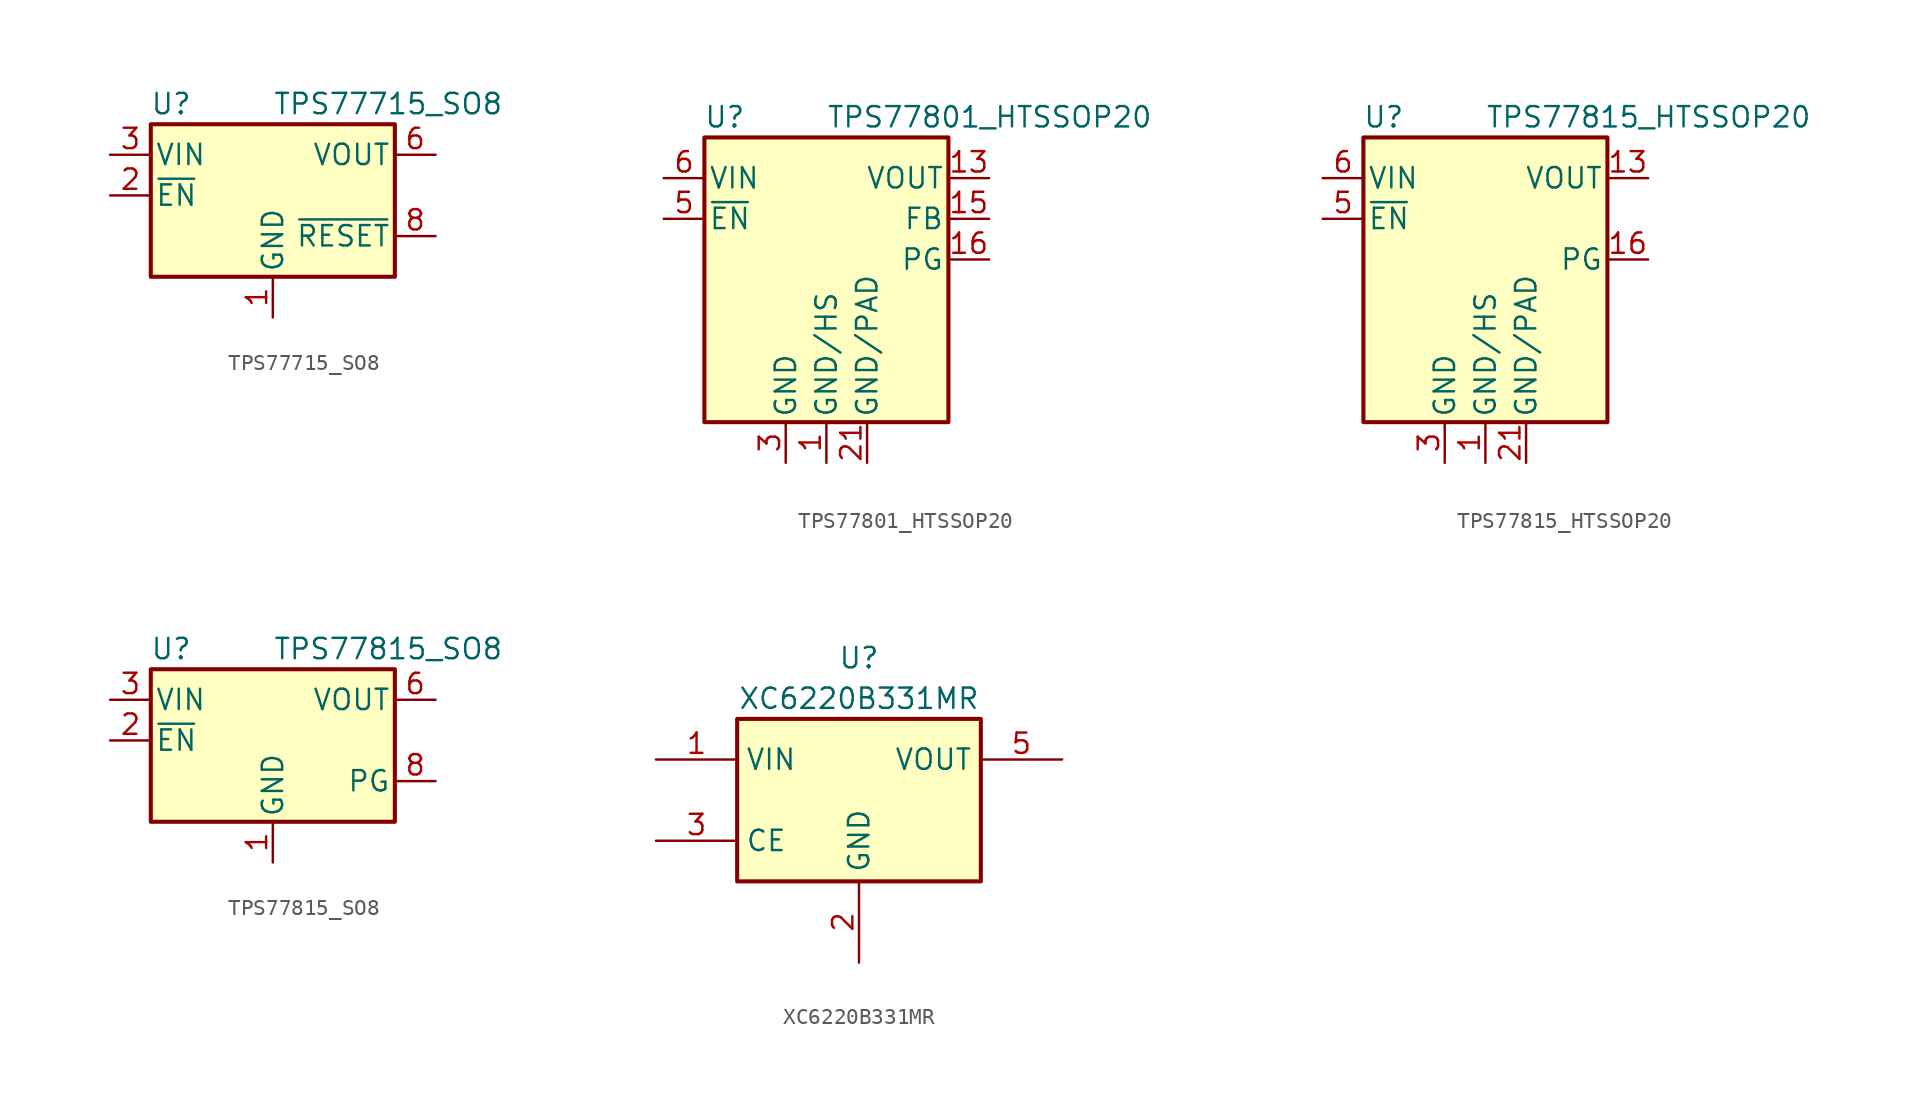
<source format=kicad_sym>
(kicad_symbol_lib
  (version 20211014)
  (generator kicad_symbol_editor)
  (symbol "TPS77715_SO8"
    (pin_names
      (offset 0.254))
    (property "Reference" "U"
      (at -6.35 5.715 0)
      (effects (font (size 1.27 1.27))))
    (property "Value" "TPS77715_SO8"
      (at 0 5.715 0)
      (effects (font (size 1.27 1.27)) (justify left)))
    (symbol "TPS77715_SO8_0_1"
      (rectangle (start -7.62 4.445) (end 7.62 -5.08) (stroke (width 0.254) (type default) (color 0 0 0 0)) (fill (type background))))
    (symbol "TPS77715_SO8_1_1"
      (pin power_in line (at 0 -7.62 90) (length 2.54) (name "GND" (effects (font (size 1.27 1.27)))) (number "1" (effects (font (size 1.27 1.27)))))
      (pin input line (at -10.16 0 0) (length 2.54) (name "~{EN}" (effects (font (size 1.27 1.27)))) (number "2" (effects (font (size 1.27 1.27)))))
      (pin power_in line (at -10.16 2.54 0) (length 2.54) (name "VIN" (effects (font (size 1.27 1.27)))) (number "3" (effects (font (size 1.27 1.27)))))
      (pin passive line (at -10.16 2.54 0) (length 2.54) hide (name "VIN" (effects (font (size 1.27 1.27)))) (number "4" (effects (font (size 1.27 1.27)))))
      (pin passive line (at 10.16 2.54 180) (length 2.54) hide (name "VOUT" (effects (font (size 1.27 1.27)))) (number "5" (effects (font (size 1.27 1.27)))))
      (pin power_out line (at 10.16 2.54 180) (length 2.54) (name "VOUT" (effects (font (size 1.27 1.27)))) (number "6" (effects (font (size 1.27 1.27)))))
      (pin no_connect line (at 7.62 0 180) (length 2.54) hide (name "NC" (effects (font (size 1.27 1.27)))) (number "7" (effects (font (size 1.27 1.27)))))
      (pin open_collector line (at 10.16 -2.54 180) (length 2.54) (name "~{RESET}" (effects (font (size 1.27 1.27)))) (number "8" (effects (font (size 1.27 1.27)))))))
  (symbol "TPS77801_HTSSOP20"
    (pin_names
      (offset 0.254))
    (property "Reference" "U"
      (at -6.35 8.89 0)
      (effects (font (size 1.27 1.27))))
    (property "Value" "TPS77801_HTSSOP20"
      (at 0 8.89 0)
      (effects (font (size 1.27 1.27)) (justify left)))
    (symbol "TPS77801_HTSSOP20_0_1"
      (rectangle (start -7.62 7.62) (end 7.62 -10.16) (stroke (width 0.254) (type default) (color 0 0 0 0)) (fill (type background))))
    (symbol "TPS77801_HTSSOP20_1_1"
      (pin power_in line (at 0 -12.7 90) (length 2.54) (name "GND/HS" (effects (font (size 1.27 1.27)))) (number "1" (effects (font (size 1.27 1.27)))))
      (pin passive line (at 0 -12.7 90) (length 2.54) hide (name "GND/HS" (effects (font (size 1.27 1.27)))) (number "10" (effects (font (size 1.27 1.27)))))
      (pin passive line (at 0 -12.7 90) (length 2.54) hide (name "GND/HS" (effects (font (size 1.27 1.27)))) (number "11" (effects (font (size 1.27 1.27)))))
      (pin passive line (at 0 -12.7 90) (length 2.54) hide (name "GND/HS" (effects (font (size 1.27 1.27)))) (number "12" (effects (font (size 1.27 1.27)))))
      (pin power_out line (at 10.16 5.08 180) (length 2.54) (name "VOUT" (effects (font (size 1.27 1.27)))) (number "13" (effects (font (size 1.27 1.27)))))
      (pin passive line (at 10.16 5.08 180) (length 2.54) hide (name "VOUT" (effects (font (size 1.27 1.27)))) (number "14" (effects (font (size 1.27 1.27)))))
      (pin passive line (at 10.16 2.54 180) (length 2.54) (name "FB" (effects (font (size 1.27 1.27)))) (number "15" (effects (font (size 1.27 1.27)))))
      (pin open_collector line (at 10.16 0 180) (length 2.54) (name "PG" (effects (font (size 1.27 1.27)))) (number "16" (effects (font (size 1.27 1.27)))))
      (pin no_connect line (at 7.62 -2.54 180) (length 2.54) hide (name "NC" (effects (font (size 1.27 1.27)))) (number "17" (effects (font (size 1.27 1.27)))))
      (pin no_connect line (at 7.62 -5.08 180) (length 2.54) hide (name "NC" (effects (font (size 1.27 1.27)))) (number "18" (effects (font (size 1.27 1.27)))))
      (pin passive line (at 0 -12.7 90) (length 2.54) hide (name "GND/HS" (effects (font (size 1.27 1.27)))) (number "19" (effects (font (size 1.27 1.27)))))
      (pin passive line (at 0 -12.7 90) (length 2.54) hide (name "GND/HS" (effects (font (size 1.27 1.27)))) (number "2" (effects (font (size 1.27 1.27)))))
      (pin passive line (at 0 -12.7 90) (length 2.54) hide (name "GND/HS" (effects (font (size 1.27 1.27)))) (number "20" (effects (font (size 1.27 1.27)))))
      (pin power_in line (at 2.54 -12.7 90) (length 2.54) (name "GND/PAD" (effects (font (size 1.27 1.27)))) (number "21" (effects (font (size 1.27 1.27)))))
      (pin power_in line (at -2.54 -12.7 90) (length 2.54) (name "GND" (effects (font (size 1.27 1.27)))) (number "3" (effects (font (size 1.27 1.27)))))
      (pin no_connect line (at -7.62 0 0) (length 2.54) hide (name "NC" (effects (font (size 1.27 1.27)))) (number "4" (effects (font (size 1.27 1.27)))))
      (pin input line (at -10.16 2.54 0) (length 2.54) (name "~{EN}" (effects (font (size 1.27 1.27)))) (number "5" (effects (font (size 1.27 1.27)))))
      (pin power_in line (at -10.16 5.08 0) (length 2.54) (name "VIN" (effects (font (size 1.27 1.27)))) (number "6" (effects (font (size 1.27 1.27)))))
      (pin passive line (at -10.16 5.08 0) (length 2.54) hide (name "VIN" (effects (font (size 1.27 1.27)))) (number "7" (effects (font (size 1.27 1.27)))))
      (pin no_connect line (at -7.62 -2.54 0) (length 2.54) hide (name "NC" (effects (font (size 1.27 1.27)))) (number "8" (effects (font (size 1.27 1.27)))))
      (pin passive line (at 0 -12.7 90) (length 2.54) hide (name "GND/HS" (effects (font (size 1.27 1.27)))) (number "9" (effects (font (size 1.27 1.27)))))))
  (symbol "TPS77815_HTSSOP20"
    (pin_names
      (offset 0.254))
    (property "Reference" "U"
      (at -6.35 8.89 0)
      (effects (font (size 1.27 1.27))))
    (property "Value" "TPS77815_HTSSOP20"
      (at 0 8.89 0)
      (effects (font (size 1.27 1.27)) (justify left)))
    (symbol "TPS77815_HTSSOP20_0_1"
      (rectangle (start -7.62 7.62) (end 7.62 -10.16) (stroke (width 0.254) (type default) (color 0 0 0 0)) (fill (type background))))
    (symbol "TPS77815_HTSSOP20_1_1"
      (pin power_in line (at 0 -12.7 90) (length 2.54) (name "GND/HS" (effects (font (size 1.27 1.27)))) (number "1" (effects (font (size 1.27 1.27)))))
      (pin passive line (at 0 -12.7 90) (length 2.54) hide (name "GND/HS" (effects (font (size 1.27 1.27)))) (number "10" (effects (font (size 1.27 1.27)))))
      (pin passive line (at 0 -12.7 90) (length 2.54) hide (name "GND/HS" (effects (font (size 1.27 1.27)))) (number "11" (effects (font (size 1.27 1.27)))))
      (pin passive line (at 0 -12.7 90) (length 2.54) hide (name "GND/HS" (effects (font (size 1.27 1.27)))) (number "12" (effects (font (size 1.27 1.27)))))
      (pin power_out line (at 10.16 5.08 180) (length 2.54) (name "VOUT" (effects (font (size 1.27 1.27)))) (number "13" (effects (font (size 1.27 1.27)))))
      (pin passive line (at 10.16 5.08 180) (length 2.54) hide (name "VOUT" (effects (font (size 1.27 1.27)))) (number "14" (effects (font (size 1.27 1.27)))))
      (pin no_connect line (at 7.62 2.54 180) (length 2.54) hide (name "NC" (effects (font (size 1.27 1.27)))) (number "15" (effects (font (size 1.27 1.27)))))
      (pin open_collector line (at 10.16 0 180) (length 2.54) (name "PG" (effects (font (size 1.27 1.27)))) (number "16" (effects (font (size 1.27 1.27)))))
      (pin no_connect line (at 7.62 -2.54 180) (length 2.54) hide (name "NC" (effects (font (size 1.27 1.27)))) (number "17" (effects (font (size 1.27 1.27)))))
      (pin no_connect line (at 7.62 -5.08 180) (length 2.54) hide (name "NC" (effects (font (size 1.27 1.27)))) (number "18" (effects (font (size 1.27 1.27)))))
      (pin passive line (at 0 -12.7 90) (length 2.54) hide (name "GND/HS" (effects (font (size 1.27 1.27)))) (number "19" (effects (font (size 1.27 1.27)))))
      (pin passive line (at 0 -12.7 90) (length 2.54) hide (name "GND/HS" (effects (font (size 1.27 1.27)))) (number "2" (effects (font (size 1.27 1.27)))))
      (pin passive line (at 0 -12.7 90) (length 2.54) hide (name "GND/HS" (effects (font (size 1.27 1.27)))) (number "20" (effects (font (size 1.27 1.27)))))
      (pin power_in line (at 2.54 -12.7 90) (length 2.54) (name "GND/PAD" (effects (font (size 1.27 1.27)))) (number "21" (effects (font (size 1.27 1.27)))))
      (pin power_in line (at -2.54 -12.7 90) (length 2.54) (name "GND" (effects (font (size 1.27 1.27)))) (number "3" (effects (font (size 1.27 1.27)))))
      (pin no_connect line (at -7.62 0 0) (length 2.54) hide (name "NC" (effects (font (size 1.27 1.27)))) (number "4" (effects (font (size 1.27 1.27)))))
      (pin input line (at -10.16 2.54 0) (length 2.54) (name "~{EN}" (effects (font (size 1.27 1.27)))) (number "5" (effects (font (size 1.27 1.27)))))
      (pin power_in line (at -10.16 5.08 0) (length 2.54) (name "VIN" (effects (font (size 1.27 1.27)))) (number "6" (effects (font (size 1.27 1.27)))))
      (pin passive line (at -10.16 5.08 0) (length 2.54) hide (name "VIN" (effects (font (size 1.27 1.27)))) (number "7" (effects (font (size 1.27 1.27)))))
      (pin no_connect line (at -7.62 -2.54 0) (length 2.54) hide (name "NC" (effects (font (size 1.27 1.27)))) (number "8" (effects (font (size 1.27 1.27)))))
      (pin passive line (at 0 -12.7 90) (length 2.54) hide (name "GND/HS" (effects (font (size 1.27 1.27)))) (number "9" (effects (font (size 1.27 1.27)))))))
  (symbol "TPS77815_SO8"
    (pin_names
      (offset 0.254))
    (property "Reference" "U"
      (at -6.35 5.715 0)
      (effects (font (size 1.27 1.27))))
    (property "Value" "TPS77815_SO8"
      (at 0 5.715 0)
      (effects (font (size 1.27 1.27)) (justify left)))
    (symbol "TPS77815_SO8_0_1"
      (rectangle (start -7.62 4.445) (end 7.62 -5.08) (stroke (width 0.254) (type default) (color 0 0 0 0)) (fill (type background))))
    (symbol "TPS77815_SO8_1_1"
      (pin power_in line (at 0 -7.62 90) (length 2.54) (name "GND" (effects (font (size 1.27 1.27)))) (number "1" (effects (font (size 1.27 1.27)))))
      (pin input line (at -10.16 0 0) (length 2.54) (name "~{EN}" (effects (font (size 1.27 1.27)))) (number "2" (effects (font (size 1.27 1.27)))))
      (pin power_in line (at -10.16 2.54 0) (length 2.54) (name "VIN" (effects (font (size 1.27 1.27)))) (number "3" (effects (font (size 1.27 1.27)))))
      (pin passive line (at -10.16 2.54 0) (length 2.54) hide (name "VIN" (effects (font (size 1.27 1.27)))) (number "4" (effects (font (size 1.27 1.27)))))
      (pin passive line (at 10.16 2.54 180) (length 2.54) hide (name "VOUT" (effects (font (size 1.27 1.27)))) (number "5" (effects (font (size 1.27 1.27)))))
      (pin power_out line (at 10.16 2.54 180) (length 2.54) (name "VOUT" (effects (font (size 1.27 1.27)))) (number "6" (effects (font (size 1.27 1.27)))))
      (pin no_connect line (at 7.62 0 180) (length 2.54) hide (name "NC" (effects (font (size 1.27 1.27)))) (number "7" (effects (font (size 1.27 1.27)))))
      (pin open_collector line (at 10.16 -2.54 180) (length 2.54) (name "PG" (effects (font (size 1.27 1.27)))) (number "8" (effects (font (size 1.27 1.27)))))))
  (symbol "XC6220B331MR"
    (property "Reference" "U"
      (at 0 8.89 0)
      (effects (font (size 1.27 1.27))))
    (property "Value" "XC6220B331MR"
      (at 0 6.35 0)
      (effects (font (size 1.27 1.27))))
    (symbol "XC6220B331MR_0_1"
      (rectangle (start -7.62 5.08) (end 7.62 -5.08) (stroke (width 0.254) (type default) (color 0 0 0 0)) (fill (type background))))
    (symbol "XC6220B331MR_1_1"
      (pin power_in line (at -12.7 2.54 0) (length 5.08) (name "VIN" (effects (font (size 1.27 1.27)))) (number "1" (effects (font (size 1.27 1.27)))))
      (pin power_in line (at 0 -10.16 90) (length 5.08) (name "GND" (effects (font (size 1.27 1.27)))) (number "2" (effects (font (size 1.27 1.27)))))
      (pin input line (at -12.7 -2.54 0) (length 5.08) (name "CE" (effects (font (size 1.27 1.27)))) (number "3" (effects (font (size 1.27 1.27)))))
      (pin no_connect line (at 7.62 -2.54 180) (length 5.08) hide (name "NC" (effects (font (size 1.27 1.27)))) (number "4" (effects (font (size 1.27 1.27)))))
      (pin power_out line (at 12.7 2.54 180) (length 5.08) (name "VOUT" (effects (font (size 1.27 1.27)))) (number "5" (effects (font (size 1.27 1.27))))))))
</source>
